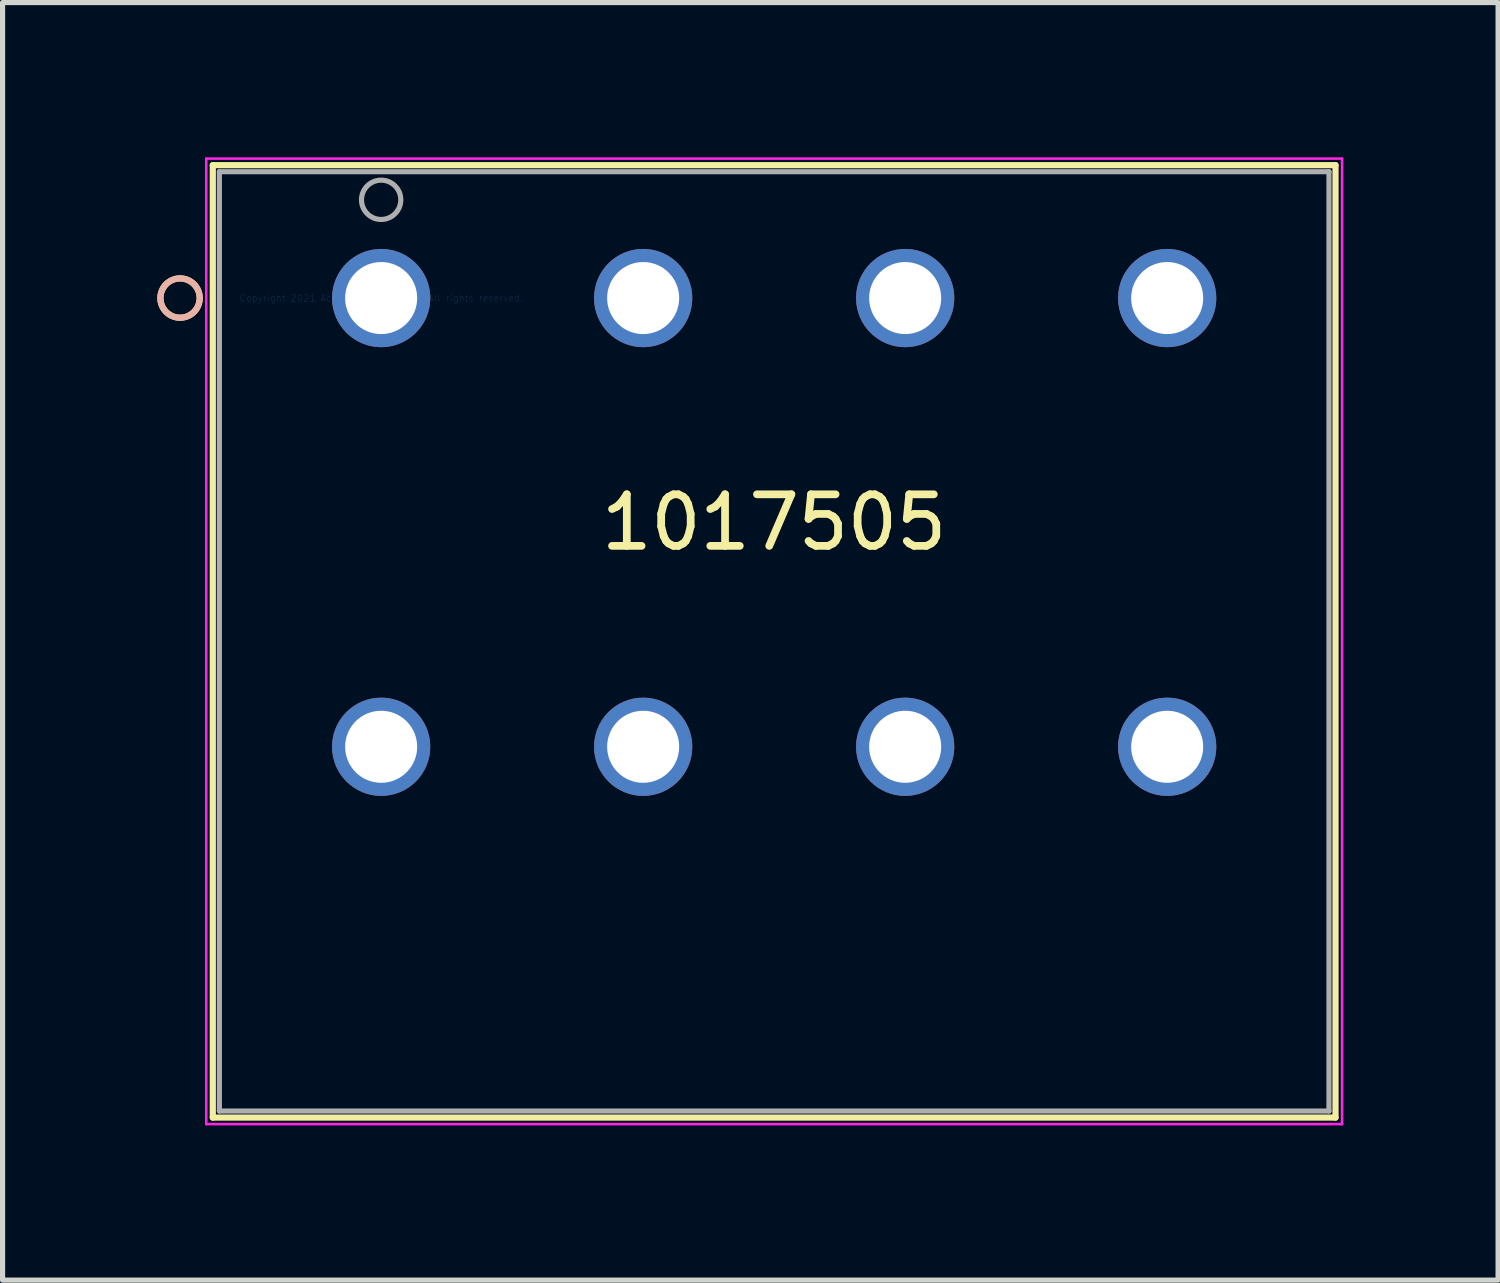
<source format=kicad_pcb>
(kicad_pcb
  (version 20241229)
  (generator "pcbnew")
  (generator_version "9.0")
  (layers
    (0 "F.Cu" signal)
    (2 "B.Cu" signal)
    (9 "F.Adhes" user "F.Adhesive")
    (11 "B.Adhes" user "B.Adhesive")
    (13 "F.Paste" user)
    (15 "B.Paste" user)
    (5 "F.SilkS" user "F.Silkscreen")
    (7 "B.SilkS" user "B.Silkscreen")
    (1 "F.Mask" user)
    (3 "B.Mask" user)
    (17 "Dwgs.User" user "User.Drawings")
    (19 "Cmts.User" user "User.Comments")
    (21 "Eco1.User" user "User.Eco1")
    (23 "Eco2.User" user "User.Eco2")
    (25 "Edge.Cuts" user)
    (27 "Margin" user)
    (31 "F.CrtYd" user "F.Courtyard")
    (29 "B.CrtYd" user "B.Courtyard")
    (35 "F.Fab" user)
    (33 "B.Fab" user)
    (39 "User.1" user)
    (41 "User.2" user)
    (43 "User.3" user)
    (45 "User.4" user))
  (footprint "1017505"
    (layer "F.Cu")
    (at 4.34 2.729)
    (property "Reference" "1017505" (at 7.62 4.35 0) (layer "F.SilkS") (effects (font (size 1 1) (thickness 0.15))))
    (attr through_hole)
    (fp_line (start -3.264 -2.577) (end -3.264 15.889) (stroke (width 0.12) (type solid)) (layer "F.SilkS"))
    (fp_line (start -3.264 15.889) (end 18.504 15.889) (stroke (width 0.12) (type solid)) (layer "F.SilkS"))
    (fp_line (start 18.504 -2.577) (end -3.264 -2.577) (stroke (width 0.12) (type solid)) (layer "F.SilkS"))
    (fp_line (start 18.504 15.889) (end 18.504 -2.577) (stroke (width 0.12) (type solid)) (layer "F.SilkS"))
    (fp_circle (center -3.899 0) (end -3.518 0) (stroke (width 0.12) (type solid)) (fill no) (layer "F.SilkS"))
    (fp_circle (center -3.899 0) (end -3.518 0) (stroke (width 0.12) (type solid)) (fill no) (layer "B.SilkS"))
    (fp_line (start -3.391 -2.704) (end -3.391 16.016) (stroke (width 0.05) (type solid)) (layer "F.CrtYd"))
    (fp_line (start -3.391 16.016) (end 18.631 16.016) (stroke (width 0.05) (type solid)) (layer "F.CrtYd"))
    (fp_line (start 18.631 -2.704) (end -3.391 -2.704) (stroke (width 0.05) (type solid)) (layer "F.CrtYd"))
    (fp_line (start 18.631 16.016) (end 18.631 -2.704) (stroke (width 0.05) (type solid)) (layer "F.CrtYd"))
    (fp_line (start -3.137 -2.45) (end -3.137 15.762) (stroke (width 0.1) (type solid)) (layer "F.Fab"))
    (fp_line (start -3.137 15.762) (end 18.377 15.762) (stroke (width 0.1) (type solid)) (layer "F.Fab"))
    (fp_line (start 18.377 -2.45) (end -3.137 -2.45) (stroke (width 0.1) (type solid)) (layer "F.Fab"))
    (fp_line (start 18.377 15.762) (end 18.377 -2.45) (stroke (width 0.1) (type solid)) (layer "F.Fab"))
    (fp_circle (center 0 -1.905) (end 0.381 -1.905) (stroke (width 0.1) (type solid)) (fill no) (layer "F.Fab"))
    (fp_text user "*" (at 0 0 0) (layer "F.SilkS") (effects (font (size 1 1) (thickness 0.15))))
    (fp_text user "Copyright 2021 Accelerated Designs. All rights reserved." (at 0 0 0) (layer "Cmts.User") (effects (font (size 0.127 0.127) (thickness 0.002))))
    (fp_text user "*" (at 0 0 0) (layer "F.Fab") (effects (font (size 1 1) (thickness 0.15))))
    (pad "1" thru_hole circle (at 0 0) (size 1.905 1.905) (drill 1.397) (layers "*.Cu" "*.Mask"))
    (pad "2" thru_hole circle (at 0 8.7) (size 1.905 1.905) (drill 1.397) (layers "*.Cu" "*.Mask"))
    (pad "3" thru_hole circle (at 5.08 0) (size 1.905 1.905) (drill 1.397) (layers "*.Cu" "*.Mask"))
    (pad "4" thru_hole circle (at 5.08 8.7) (size 1.905 1.905) (drill 1.397) (layers "*.Cu" "*.Mask"))
    (pad "5" thru_hole circle (at 10.16 0) (size 1.905 1.905) (drill 1.397) (layers "*.Cu" "*.Mask"))
    (pad "6" thru_hole circle (at 10.16 8.7) (size 1.905 1.905) (drill 1.397) (layers "*.Cu" "*.Mask"))
    (pad "7" thru_hole circle (at 15.24 0) (size 1.905 1.905) (drill 1.397) (layers "*.Cu" "*.Mask"))
    (pad "8" thru_hole circle (at 15.24 8.7) (size 1.905 1.905) (drill 1.397) (layers "*.Cu" "*.Mask")))
  (gr_rect
    (start -3 -3)
    (end 25.996 21.77)
    (stroke (width 0.1) (type default))
    (fill no)
    (layer "Edge.Cuts")))
</source>
